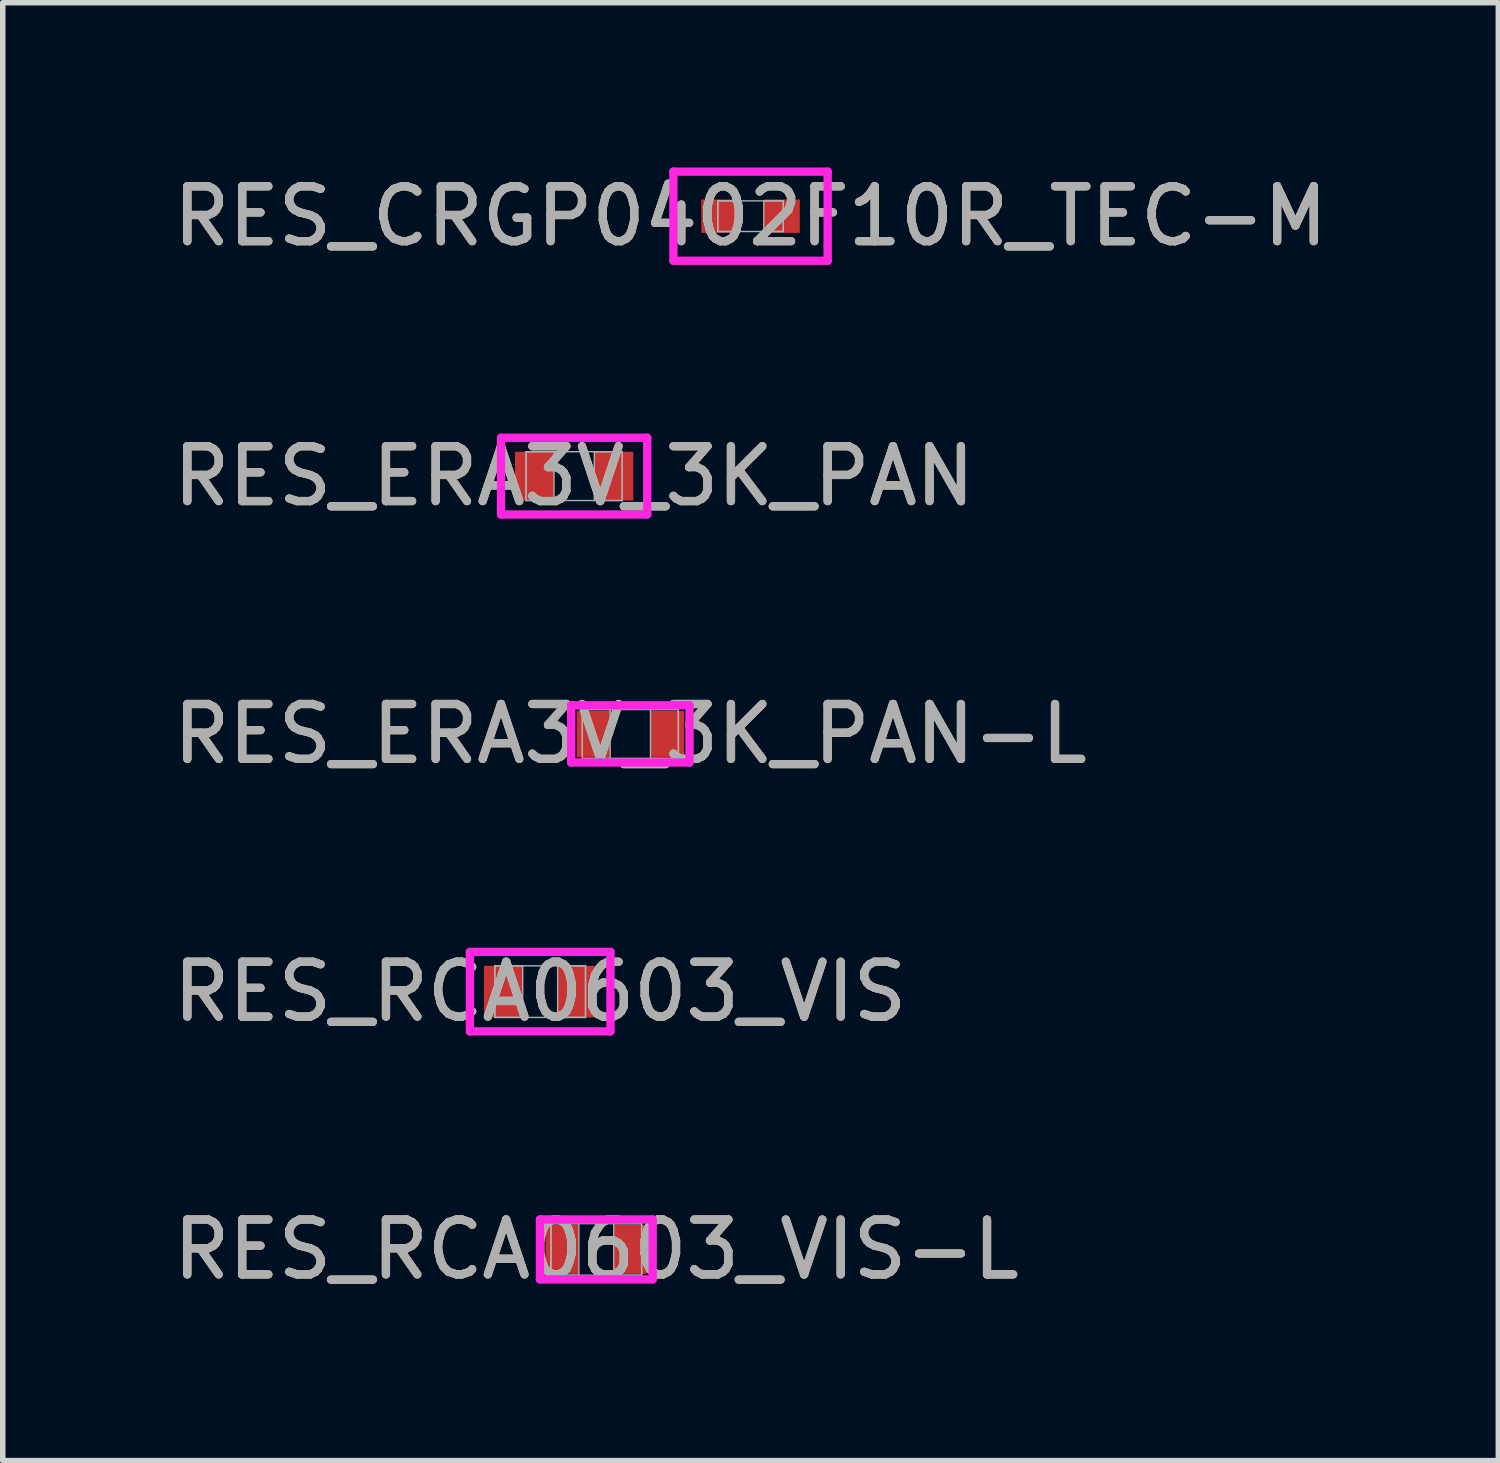
<source format=kicad_pcb>
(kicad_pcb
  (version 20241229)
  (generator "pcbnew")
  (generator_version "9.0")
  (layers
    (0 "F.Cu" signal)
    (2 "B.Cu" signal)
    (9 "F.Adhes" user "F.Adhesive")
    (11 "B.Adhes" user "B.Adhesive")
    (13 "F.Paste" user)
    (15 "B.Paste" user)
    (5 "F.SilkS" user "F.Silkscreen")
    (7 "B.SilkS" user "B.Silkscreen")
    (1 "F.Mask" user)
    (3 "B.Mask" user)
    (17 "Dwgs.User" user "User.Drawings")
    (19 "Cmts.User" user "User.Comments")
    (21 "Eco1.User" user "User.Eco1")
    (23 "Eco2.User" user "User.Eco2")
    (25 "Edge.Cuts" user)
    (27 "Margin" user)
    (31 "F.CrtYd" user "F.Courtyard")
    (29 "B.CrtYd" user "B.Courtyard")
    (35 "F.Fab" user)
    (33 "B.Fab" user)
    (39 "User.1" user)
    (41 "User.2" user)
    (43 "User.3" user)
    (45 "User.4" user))
  (footprint "RES_RCA0603_VIS"
    (layer "F.Cu")
    (at 6.792 15.018)
    (property "Reference" "RES_RCA0603_VIS" (at 0 0 0) (unlocked yes) (layer "F.SilkS") (effects (font (size 1 1) (thickness 0.15))))
    (attr smd)
    (fp_line (start -1.28 -0.724) (end 1.28 -0.724) (stroke (width 0.152) (type solid)) (layer "F.CrtYd"))
    (fp_line (start -1.28 0.724) (end -1.28 -0.724) (stroke (width 0.152) (type solid)) (layer "F.CrtYd"))
    (fp_line (start 1.28 -0.724) (end 1.28 0.724) (stroke (width 0.152) (type solid)) (layer "F.CrtYd"))
    (fp_line (start 1.28 0.724) (end -1.28 0.724) (stroke (width 0.152) (type solid)) (layer "F.CrtYd"))
    (fp_line (start -0.826 -0.47) (end -0.826 0.47) (stroke (width 0.025) (type solid)) (layer "F.Fab"))
    (fp_line (start -0.826 -0.47) (end -0.826 0.47) (stroke (width 0.025) (type solid)) (layer "F.Fab"))
    (fp_line (start -0.826 0.47) (end -0.318 0.47) (stroke (width 0.025) (type solid)) (layer "F.Fab"))
    (fp_line (start -0.826 0.47) (end 0.826 0.47) (stroke (width 0.025) (type solid)) (layer "F.Fab"))
    (fp_line (start -0.318 -0.47) (end -0.826 -0.47) (stroke (width 0.025) (type solid)) (layer "F.Fab"))
    (fp_line (start -0.318 0.47) (end -0.318 -0.47) (stroke (width 0.025) (type solid)) (layer "F.Fab"))
    (fp_line (start 0.318 -0.47) (end 0.318 0.47) (stroke (width 0.025) (type solid)) (layer "F.Fab"))
    (fp_line (start 0.318 0.47) (end 0.826 0.47) (stroke (width 0.025) (type solid)) (layer "F.Fab"))
    (fp_line (start 0.826 -0.47) (end -0.826 -0.47) (stroke (width 0.025) (type solid)) (layer "F.Fab"))
    (fp_line (start 0.826 -0.47) (end 0.318 -0.47) (stroke (width 0.025) (type solid)) (layer "F.Fab"))
    (fp_line (start 0.826 0.47) (end 0.826 -0.47) (stroke (width 0.025) (type solid)) (layer "F.Fab"))
    (fp_line (start 0.826 0.47) (end 0.826 -0.47) (stroke (width 0.025) (type solid)) (layer "F.Fab"))
    (fp_text user "${REFERENCE}" (at 0 0 0) (unlocked yes) (layer "F.Fab") (effects (font (size 1 1) (thickness 0.15))))
    (pad "1" smd rect (at -0.671 0) (size 0.708 0.94) (layers "F.Cu" "F.Mask" "F.Paste"))
    (pad "2" smd rect (at 0.671 0) (size 0.708 0.94) (layers "F.Cu" "F.Mask" "F.Paste"))
    (zone (net_name "") (layer "F.Cu") (hatch full 0.508) (connect_pads) (min_thickness 0.254) (filled_areas_thickness no) (keepout (tracks not_allowed) (vias not_allowed) (pads allowed) (copperpour not_allowed) (footprints allowed)) (placement (enabled no)) (fill) (polygon (pts (xy 6.525 14.599) (xy 7.058 14.599) (xy 7.058 15.438) (xy 6.525 15.438)))))
  (footprint "RES_ERA3V_3K_PAN-L"
    (layer "F.Cu")
    (at 8.435 10.322)
    (property "Reference" "RES_ERA3V_3K_PAN-L" (at 0 0 0) (unlocked yes) (layer "F.SilkS") (effects (font (size 1 1) (thickness 0.15))))
    (attr smd)
    (fp_line (start -1.078 -0.521) (end 1.078 -0.521) (stroke (width 0.152) (type solid)) (layer "F.CrtYd"))
    (fp_line (start -1.078 0.521) (end -1.078 -0.521) (stroke (width 0.152) (type solid)) (layer "F.CrtYd"))
    (fp_line (start 1.078 -0.521) (end 1.078 0.521) (stroke (width 0.152) (type solid)) (layer "F.CrtYd"))
    (fp_line (start 1.078 0.521) (end -1.078 0.521) (stroke (width 0.152) (type solid)) (layer "F.CrtYd"))
    (fp_line (start -0.875 -0.445) (end -0.875 0.445) (stroke (width 0.025) (type solid)) (layer "F.Fab"))
    (fp_line (start -0.875 -0.445) (end -0.875 0.445) (stroke (width 0.025) (type solid)) (layer "F.Fab"))
    (fp_line (start -0.875 0.445) (end -0.367 0.445) (stroke (width 0.025) (type solid)) (layer "F.Fab"))
    (fp_line (start -0.875 0.445) (end 0.875 0.445) (stroke (width 0.025) (type solid)) (layer "F.Fab"))
    (fp_line (start -0.367 -0.445) (end -0.875 -0.445) (stroke (width 0.025) (type solid)) (layer "F.Fab"))
    (fp_line (start -0.367 0.445) (end -0.367 -0.445) (stroke (width 0.025) (type solid)) (layer "F.Fab"))
    (fp_line (start 0.367 -0.445) (end 0.367 0.445) (stroke (width 0.025) (type solid)) (layer "F.Fab"))
    (fp_line (start 0.367 0.445) (end 0.875 0.445) (stroke (width 0.025) (type solid)) (layer "F.Fab"))
    (fp_line (start 0.875 -0.445) (end -0.875 -0.445) (stroke (width 0.025) (type solid)) (layer "F.Fab"))
    (fp_line (start 0.875 -0.445) (end 0.367 -0.445) (stroke (width 0.025) (type solid)) (layer "F.Fab"))
    (fp_line (start 0.875 0.445) (end 0.875 -0.445) (stroke (width 0.025) (type solid)) (layer "F.Fab"))
    (fp_line (start 0.875 0.445) (end 0.875 -0.445) (stroke (width 0.025) (type solid)) (layer "F.Fab"))
    (fp_text user "${REFERENCE}" (at 0 0 0) (unlocked yes) (layer "F.Fab") (effects (font (size 1 1) (thickness 0.15))))
    (pad "1" smd rect (at -0.672 0) (size 0.61 0.838) (layers "F.Cu" "F.Mask" "F.Paste"))
    (pad "2" smd rect (at 0.672 0) (size 0.61 0.838) (layers "F.Cu" "F.Mask" "F.Paste"))
    (zone (net_name "") (layer "F.Cu") (hatch full 0.508) (connect_pads) (min_thickness 0.254) (filled_areas_thickness no) (keepout (tracks not_allowed) (vias not_allowed) (pads allowed) (copperpour not_allowed) (footprints allowed)) (placement (enabled no)) (fill) (polygon (pts (xy 8.118 9.928) (xy 8.751 9.928) (xy 8.751 10.716) (xy 8.118 10.716)))))
  (footprint "RES_CRGP0402F10R_TEC-M"
    (layer "F.Cu")
    (at 10.625 0.889)
    (property "Reference" "RES_CRGP0402F10R_TEC-M" (at 0 0 0) (unlocked yes) (layer "F.SilkS") (effects (font (size 1 1) (thickness 0.15))))
    (attr smd)
    (fp_line (start -1.405 -0.812) (end 1.405 -0.812) (stroke (width 0.152) (type solid)) (layer "F.CrtYd"))
    (fp_line (start -1.405 0.812) (end -1.405 -0.812) (stroke (width 0.152) (type solid)) (layer "F.CrtYd"))
    (fp_line (start 1.405 -0.812) (end 1.405 0.812) (stroke (width 0.152) (type solid)) (layer "F.CrtYd"))
    (fp_line (start 1.405 0.812) (end -1.405 0.812) (stroke (width 0.152) (type solid)) (layer "F.CrtYd"))
    (fp_line (start -0.597 -0.279) (end -0.597 0.279) (stroke (width 0.025) (type solid)) (layer "F.Fab"))
    (fp_line (start -0.597 -0.279) (end -0.597 0.279) (stroke (width 0.025) (type solid)) (layer "F.Fab"))
    (fp_line (start -0.597 0.279) (end -0.241 0.279) (stroke (width 0.025) (type solid)) (layer "F.Fab"))
    (fp_line (start -0.597 0.279) (end 0.597 0.279) (stroke (width 0.025) (type solid)) (layer "F.Fab"))
    (fp_line (start -0.241 -0.279) (end -0.597 -0.279) (stroke (width 0.025) (type solid)) (layer "F.Fab"))
    (fp_line (start -0.241 0.279) (end -0.241 -0.279) (stroke (width 0.025) (type solid)) (layer "F.Fab"))
    (fp_line (start 0.241 -0.279) (end 0.241 0.279) (stroke (width 0.025) (type solid)) (layer "F.Fab"))
    (fp_line (start 0.241 0.279) (end 0.597 0.279) (stroke (width 0.025) (type solid)) (layer "F.Fab"))
    (fp_line (start 0.597 -0.279) (end -0.597 -0.279) (stroke (width 0.025) (type solid)) (layer "F.Fab"))
    (fp_line (start 0.597 -0.279) (end 0.241 -0.279) (stroke (width 0.025) (type solid)) (layer "F.Fab"))
    (fp_line (start 0.597 0.279) (end 0.597 -0.279) (stroke (width 0.025) (type solid)) (layer "F.Fab"))
    (fp_line (start 0.597 0.279) (end 0.597 -0.279) (stroke (width 0.025) (type solid)) (layer "F.Fab"))
    (fp_text user "${REFERENCE}" (at 0 0 0) (unlocked yes) (layer "F.Fab") (effects (font (size 1 1) (thickness 0.15))))
    (pad "1" smd rect (at -0.569 0) (size 0.656 0.609) (layers "F.Cu" "F.Mask" "F.Paste"))
    (pad "2" smd rect (at 0.569 0) (size 0.656 0.609) (layers "F.Cu" "F.Mask" "F.Paste"))
    (zone (net_name "") (layer "F.Cu") (hatch full 0.508) (connect_pads) (min_thickness 0.254) (filled_areas_thickness no) (keepout (tracks not_allowed) (vias not_allowed) (pads allowed) (copperpour not_allowed) (footprints allowed)) (placement (enabled no)) (fill) (polygon (pts (xy 10.434 0.66) (xy 10.816 0.66) (xy 10.816 1.117) (xy 10.434 1.117)))))
  (footprint "RES_ERA3V_3K_PAN"
    (layer "F.Cu")
    (at 7.411 5.625)
    (property "Reference" "RES_ERA3V_3K_PAN" (at 0 0 0) (unlocked yes) (layer "F.SilkS") (effects (font (size 1 1) (thickness 0.15))))
    (attr smd)
    (fp_line (start -1.332 -0.699) (end 1.332 -0.699) (stroke (width 0.152) (type solid)) (layer "F.CrtYd"))
    (fp_line (start -1.332 0.699) (end -1.332 -0.699) (stroke (width 0.152) (type solid)) (layer "F.CrtYd"))
    (fp_line (start 1.332 -0.699) (end 1.332 0.699) (stroke (width 0.152) (type solid)) (layer "F.CrtYd"))
    (fp_line (start 1.332 0.699) (end -1.332 0.699) (stroke (width 0.152) (type solid)) (layer "F.CrtYd"))
    (fp_line (start -0.875 -0.445) (end -0.875 0.445) (stroke (width 0.025) (type solid)) (layer "F.Fab"))
    (fp_line (start -0.875 -0.445) (end -0.875 0.445) (stroke (width 0.025) (type solid)) (layer "F.Fab"))
    (fp_line (start -0.875 0.445) (end -0.367 0.445) (stroke (width 0.025) (type solid)) (layer "F.Fab"))
    (fp_line (start -0.875 0.445) (end 0.875 0.445) (stroke (width 0.025) (type solid)) (layer "F.Fab"))
    (fp_line (start -0.367 -0.445) (end -0.875 -0.445) (stroke (width 0.025) (type solid)) (layer "F.Fab"))
    (fp_line (start -0.367 0.445) (end -0.367 -0.445) (stroke (width 0.025) (type solid)) (layer "F.Fab"))
    (fp_line (start 0.367 -0.445) (end 0.367 0.445) (stroke (width 0.025) (type solid)) (layer "F.Fab"))
    (fp_line (start 0.367 0.445) (end 0.875 0.445) (stroke (width 0.025) (type solid)) (layer "F.Fab"))
    (fp_line (start 0.875 -0.445) (end -0.875 -0.445) (stroke (width 0.025) (type solid)) (layer "F.Fab"))
    (fp_line (start 0.875 -0.445) (end 0.367 -0.445) (stroke (width 0.025) (type solid)) (layer "F.Fab"))
    (fp_line (start 0.875 0.445) (end 0.875 -0.445) (stroke (width 0.025) (type solid)) (layer "F.Fab"))
    (fp_line (start 0.875 0.445) (end 0.875 -0.445) (stroke (width 0.025) (type solid)) (layer "F.Fab"))
    (fp_text user "${REFERENCE}" (at 0 0 0) (unlocked yes) (layer "F.Fab") (effects (font (size 1 1) (thickness 0.15))))
    (pad "1" smd rect (at -0.723 0) (size 0.711 0.889) (layers "F.Cu" "F.Mask" "F.Paste"))
    (pad "2" smd rect (at 0.723 0) (size 0.711 0.889) (layers "F.Cu" "F.Mask" "F.Paste"))
    (zone (net_name "") (layer "F.Cu") (hatch full 0.508) (connect_pads) (min_thickness 0.254) (filled_areas_thickness no) (keepout (tracks not_allowed) (vias not_allowed) (pads allowed) (copperpour not_allowed) (footprints allowed)) (placement (enabled no)) (fill) (polygon (pts (xy 7.095 5.232) (xy 7.727 5.232) (xy 7.727 6.019) (xy 7.095 6.019)))))
  (footprint "RES_RCA0603_VIS-L"
    (layer "F.Cu")
    (at 7.815 19.715)
    (property "Reference" "RES_RCA0603_VIS-L" (at 0 0 0) (unlocked yes) (layer "F.SilkS") (effects (font (size 1 1) (thickness 0.15))))
    (attr smd)
    (fp_line (start -1.027 -0.546) (end 1.027 -0.546) (stroke (width 0.152) (type solid)) (layer "F.CrtYd"))
    (fp_line (start -1.027 0.546) (end -1.027 -0.546) (stroke (width 0.152) (type solid)) (layer "F.CrtYd"))
    (fp_line (start 1.027 -0.546) (end 1.027 0.546) (stroke (width 0.152) (type solid)) (layer "F.CrtYd"))
    (fp_line (start 1.027 0.546) (end -1.027 0.546) (stroke (width 0.152) (type solid)) (layer "F.CrtYd"))
    (fp_line (start -0.826 -0.47) (end -0.826 0.47) (stroke (width 0.025) (type solid)) (layer "F.Fab"))
    (fp_line (start -0.826 -0.47) (end -0.826 0.47) (stroke (width 0.025) (type solid)) (layer "F.Fab"))
    (fp_line (start -0.826 0.47) (end -0.318 0.47) (stroke (width 0.025) (type solid)) (layer "F.Fab"))
    (fp_line (start -0.826 0.47) (end 0.826 0.47) (stroke (width 0.025) (type solid)) (layer "F.Fab"))
    (fp_line (start -0.318 -0.47) (end -0.826 -0.47) (stroke (width 0.025) (type solid)) (layer "F.Fab"))
    (fp_line (start -0.318 0.47) (end -0.318 -0.47) (stroke (width 0.025) (type solid)) (layer "F.Fab"))
    (fp_line (start 0.318 -0.47) (end 0.318 0.47) (stroke (width 0.025) (type solid)) (layer "F.Fab"))
    (fp_line (start 0.318 0.47) (end 0.826 0.47) (stroke (width 0.025) (type solid)) (layer "F.Fab"))
    (fp_line (start 0.826 -0.47) (end -0.826 -0.47) (stroke (width 0.025) (type solid)) (layer "F.Fab"))
    (fp_line (start 0.826 -0.47) (end 0.318 -0.47) (stroke (width 0.025) (type solid)) (layer "F.Fab"))
    (fp_line (start 0.826 0.47) (end 0.826 -0.47) (stroke (width 0.025) (type solid)) (layer "F.Fab"))
    (fp_line (start 0.826 0.47) (end 0.826 -0.47) (stroke (width 0.025) (type solid)) (layer "F.Fab"))
    (fp_text user "${REFERENCE}" (at 0 0 0) (unlocked yes) (layer "F.Fab") (effects (font (size 1 1) (thickness 0.15))))
    (pad "1" smd rect (at -0.622 0) (size 0.608 0.89) (layers "F.Cu" "F.Mask" "F.Paste"))
    (pad "2" smd rect (at 0.622 0) (size 0.608 0.89) (layers "F.Cu" "F.Mask" "F.Paste"))
    (zone (net_name "") (layer "F.Cu") (hatch full 0.508) (connect_pads) (min_thickness 0.254) (filled_areas_thickness no) (keepout (tracks not_allowed) (vias not_allowed) (pads allowed) (copperpour not_allowed) (footprints allowed)) (placement (enabled no)) (fill) (polygon (pts (xy 7.549 19.296) (xy 8.082 19.296) (xy 8.082 20.134) (xy 7.549 20.134)))))
  (gr_rect
    (start -3 -3)
    (end 24.25 23.563)
    (stroke (width 0.1) (type default))
    (fill no)
    (layer "Edge.Cuts")))
</source>
